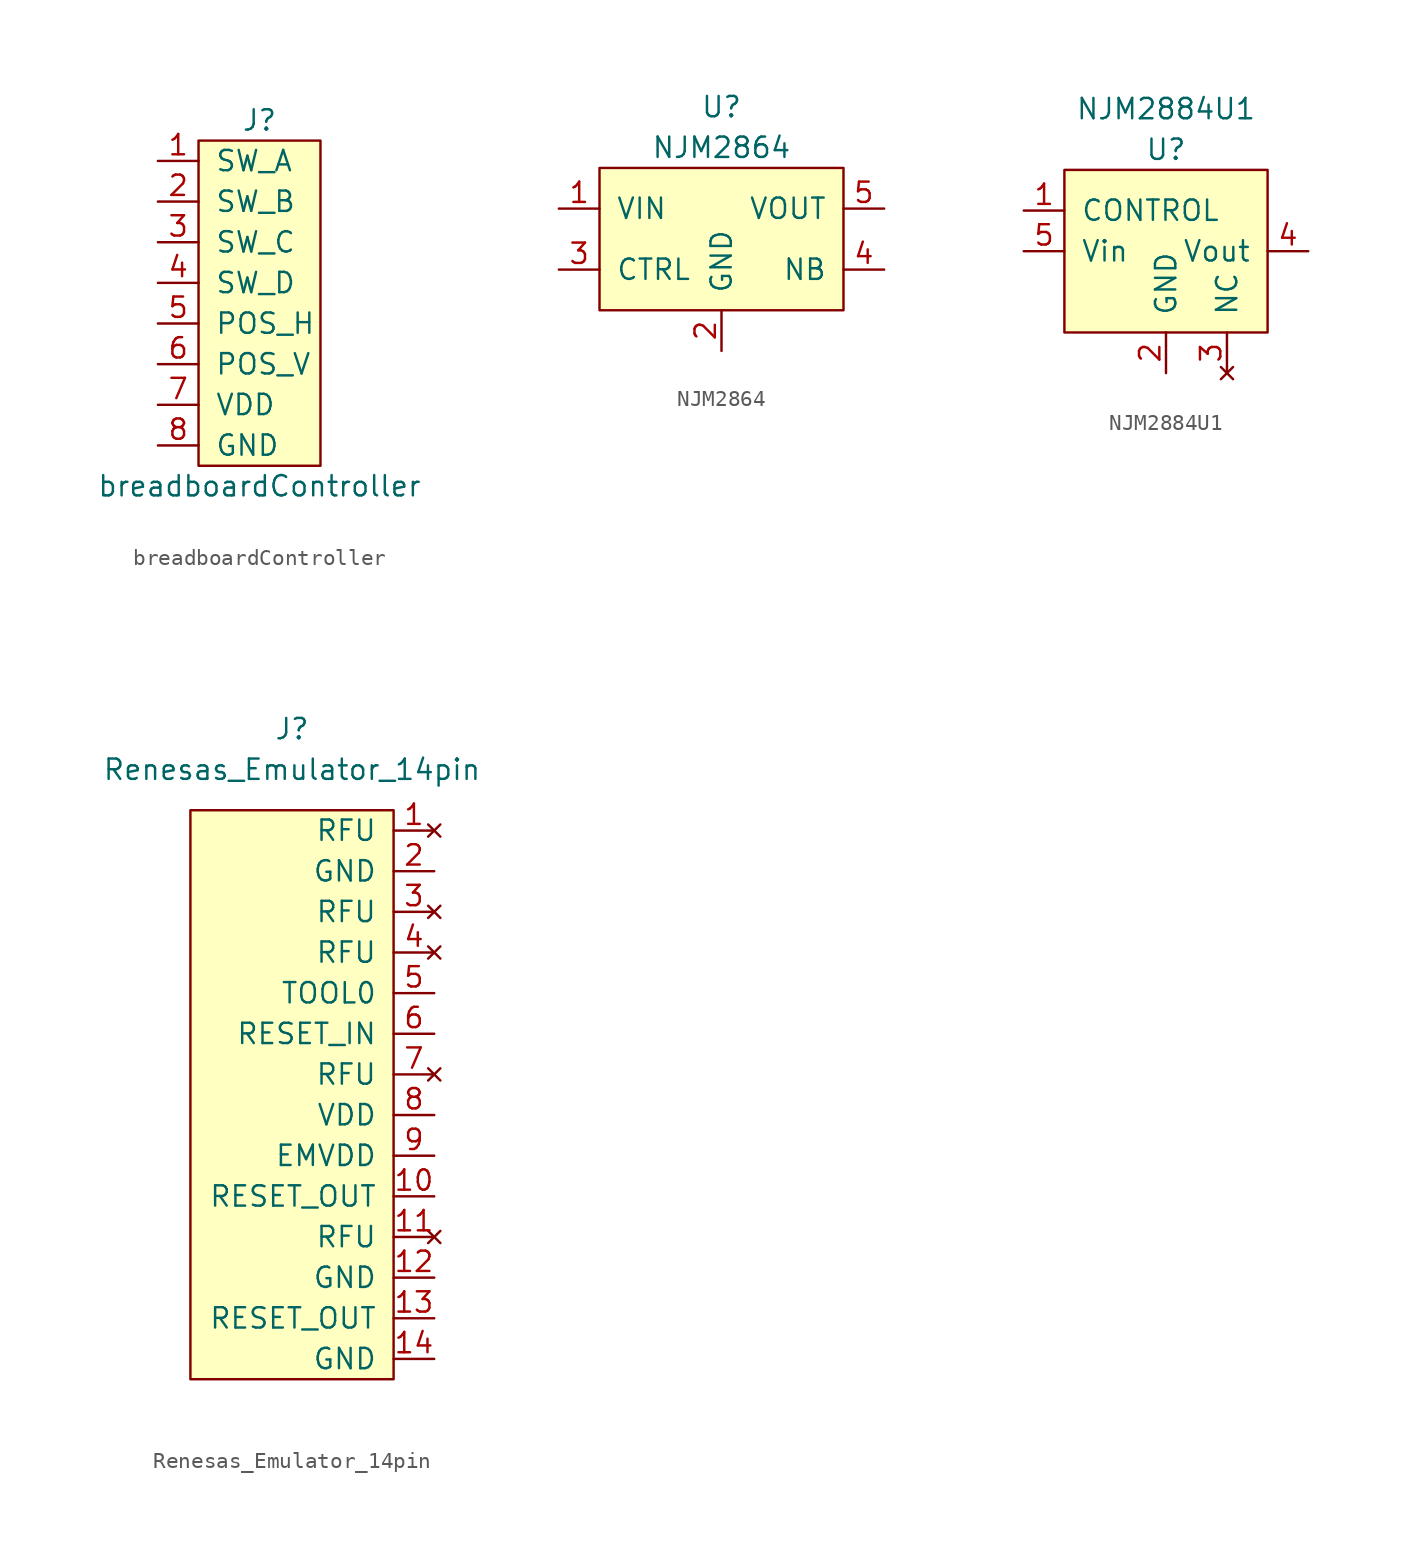
<source format=kicad_sym>
(kicad_symbol_lib
  (version 20211014)
  (generator kicad_symbol_editor)
  (symbol "breadboardController"
    (pin_names
      (offset 1.016))
    (property "Reference" "J"
      (at 0 11.43 0)
      (effects (font (size 1.27 1.27))))
    (property "Value" "breadboardController"
      (at 0 -11.43 0)
      (effects (font (size 1.27 1.27))))
    (symbol "breadboardController_0_1"
      (rectangle (start -3.81 10.16) (end 3.81 -10.16) (stroke (width 0) (type default) (color 0 0 0 0)) (fill (type background))))
    (symbol "breadboardController_1_1"
      (pin passive line (at -6.35 8.89 0) (length 2.54) (name "SW_A" (effects (font (size 1.27 1.27)))) (number "1" (effects (font (size 1.27 1.27)))))
      (pin passive line (at -6.35 6.35 0) (length 2.54) (name "SW_B" (effects (font (size 1.27 1.27)))) (number "2" (effects (font (size 1.27 1.27)))))
      (pin passive line (at -6.35 3.81 0) (length 2.54) (name "SW_C" (effects (font (size 1.27 1.27)))) (number "3" (effects (font (size 1.27 1.27)))))
      (pin passive line (at -6.35 1.27 0) (length 2.54) (name "SW_D" (effects (font (size 1.27 1.27)))) (number "4" (effects (font (size 1.27 1.27)))))
      (pin passive line (at -6.35 -1.27 0) (length 2.54) (name "POS_H" (effects (font (size 1.27 1.27)))) (number "5" (effects (font (size 1.27 1.27)))))
      (pin passive line (at -6.35 -3.81 0) (length 2.54) (name "POS_V" (effects (font (size 1.27 1.27)))) (number "6" (effects (font (size 1.27 1.27)))))
      (pin power_in line (at -6.35 -6.35 0) (length 2.54) (name "VDD" (effects (font (size 1.27 1.27)))) (number "7" (effects (font (size 1.27 1.27)))))
      (pin power_in line (at -6.35 -8.89 0) (length 2.54) (name "GND" (effects (font (size 1.27 1.27)))) (number "8" (effects (font (size 1.27 1.27)))))))
  (symbol "NJM2864"
    (pin_names
      (offset 1.016))
    (property "Reference" "U"
      (at 0 8.89 0)
      (effects (font (size 1.27 1.27))))
    (property "Value" "NJM2864"
      (at 0 6.35 0)
      (effects (font (size 1.27 1.27))))
    (symbol "NJM2864_0_0"
      (pin power_in line (at -10.16 2.54 0) (length 2.54) (name "VIN" (effects (font (size 1.27 1.27)))) (number "1" (effects (font (size 1.27 1.27)))))
      (pin power_in line (at 0 -6.35 90) (length 2.54) (name "GND" (effects (font (size 1.27 1.27)))) (number "2" (effects (font (size 1.27 1.27)))))
      (pin passive line (at -10.16 -1.27 0) (length 2.54) (name "CTRL" (effects (font (size 1.27 1.27)))) (number "3" (effects (font (size 1.27 1.27)))))
      (pin passive line (at 10.16 -1.27 180) (length 2.54) (name "NB" (effects (font (size 1.27 1.27)))) (number "4" (effects (font (size 1.27 1.27)))))
      (pin power_out line (at 10.16 2.54 180) (length 2.54) (name "VOUT" (effects (font (size 1.27 1.27)))) (number "5" (effects (font (size 1.27 1.27))))))
    (symbol "NJM2864_0_1"
      (rectangle (start -7.62 5.08) (end 7.62 -3.81) (stroke (width 0) (type default) (color 0 0 0 0)) (fill (type background)))))
  (symbol "NJM2884U1"
    (pin_names
      (offset 1.016))
    (property "Reference" "U"
      (at 0 3.81 0)
      (effects (font (size 1.27 1.27))))
    (property "Value" "NJM2884U1"
      (at 0 6.35 0)
      (effects (font (size 1.27 1.27))))
    (symbol "NJM2884U1_0_1"
      (rectangle (start -6.35 2.54) (end 6.35 -7.62) (stroke (width 0) (type default) (color 0 0 0 0)) (fill (type background))))
    (symbol "NJM2884U1_1_1"
      (pin passive line (at -8.89 0 0) (length 2.54) (name "CONTROL" (effects (font (size 1.27 1.27)))) (number "1" (effects (font (size 1.27 1.27)))))
      (pin power_in line (at 0 -10.16 90) (length 2.54) (name "GND" (effects (font (size 1.27 1.27)))) (number "2" (effects (font (size 1.27 1.27)))))
      (pin no_connect line (at 3.81 -10.16 90) (length 2.54) (name "NC" (effects (font (size 1.27 1.27)))) (number "3" (effects (font (size 1.27 1.27)))))
      (pin power_out line (at 8.89 -2.54 180) (length 2.54) (name "Vout" (effects (font (size 1.27 1.27)))) (number "4" (effects (font (size 1.27 1.27)))))
      (pin power_in line (at -8.89 -2.54 0) (length 2.54) (name "Vin" (effects (font (size 1.27 1.27)))) (number "5" (effects (font (size 1.27 1.27)))))))
  (symbol "Renesas_Emulator_14pin"
    (pin_names
      (offset 1.016))
    (property "Reference" "J"
      (at 0 22.86 0)
      (effects (font (size 1.27 1.27))))
    (property "Value" "Renesas_Emulator_14pin"
      (at 0 20.32 0)
      (effects (font (size 1.27 1.27))))
    (symbol "Renesas_Emulator_14pin_0_0"
      (pin no_connect line (at 8.89 16.51 180) (length 2.54) (name "RFU" (effects (font (size 1.27 1.27)))) (number "1" (effects (font (size 1.27 1.27)))))
      (pin passive line (at 8.89 -6.35 180) (length 2.54) (name "RESET_OUT" (effects (font (size 1.27 1.27)))) (number "10" (effects (font (size 1.27 1.27)))))
      (pin no_connect line (at 8.89 -8.89 180) (length 2.54) (name "RFU" (effects (font (size 1.27 1.27)))) (number "11" (effects (font (size 1.27 1.27)))))
      (pin power_in line (at 8.89 -11.43 180) (length 2.54) (name "GND" (effects (font (size 1.27 1.27)))) (number "12" (effects (font (size 1.27 1.27)))))
      (pin passive line (at 8.89 -13.97 180) (length 2.54) (name "RESET_OUT" (effects (font (size 1.27 1.27)))) (number "13" (effects (font (size 1.27 1.27)))))
      (pin power_in line (at 8.89 -16.51 180) (length 2.54) (name "GND" (effects (font (size 1.27 1.27)))) (number "14" (effects (font (size 1.27 1.27)))))
      (pin power_in line (at 8.89 13.97 180) (length 2.54) (name "GND" (effects (font (size 1.27 1.27)))) (number "2" (effects (font (size 1.27 1.27)))))
      (pin no_connect line (at 8.89 11.43 180) (length 2.54) (name "RFU" (effects (font (size 1.27 1.27)))) (number "3" (effects (font (size 1.27 1.27)))))
      (pin no_connect line (at 8.89 8.89 180) (length 2.54) (name "RFU" (effects (font (size 1.27 1.27)))) (number "4" (effects (font (size 1.27 1.27)))))
      (pin passive line (at 8.89 6.35 180) (length 2.54) (name "TOOL0" (effects (font (size 1.27 1.27)))) (number "5" (effects (font (size 1.27 1.27)))))
      (pin passive line (at 8.89 3.81 180) (length 2.54) (name "RESET_IN" (effects (font (size 1.27 1.27)))) (number "6" (effects (font (size 1.27 1.27)))))
      (pin no_connect line (at 8.89 1.27 180) (length 2.54) (name "RFU" (effects (font (size 1.27 1.27)))) (number "7" (effects (font (size 1.27 1.27)))))
      (pin power_in line (at 8.89 -1.27 180) (length 2.54) (name "VDD" (effects (font (size 1.27 1.27)))) (number "8" (effects (font (size 1.27 1.27)))))
      (pin power_in line (at 8.89 -3.81 180) (length 2.54) (name "EMVDD" (effects (font (size 1.27 1.27)))) (number "9" (effects (font (size 1.27 1.27))))))
    (symbol "Renesas_Emulator_14pin_0_1"
      (rectangle (start 6.35 17.78) (end -6.35 -17.78) (stroke (width 0) (type default) (color 0 0 0 0)) (fill (type background))))))
</source>
